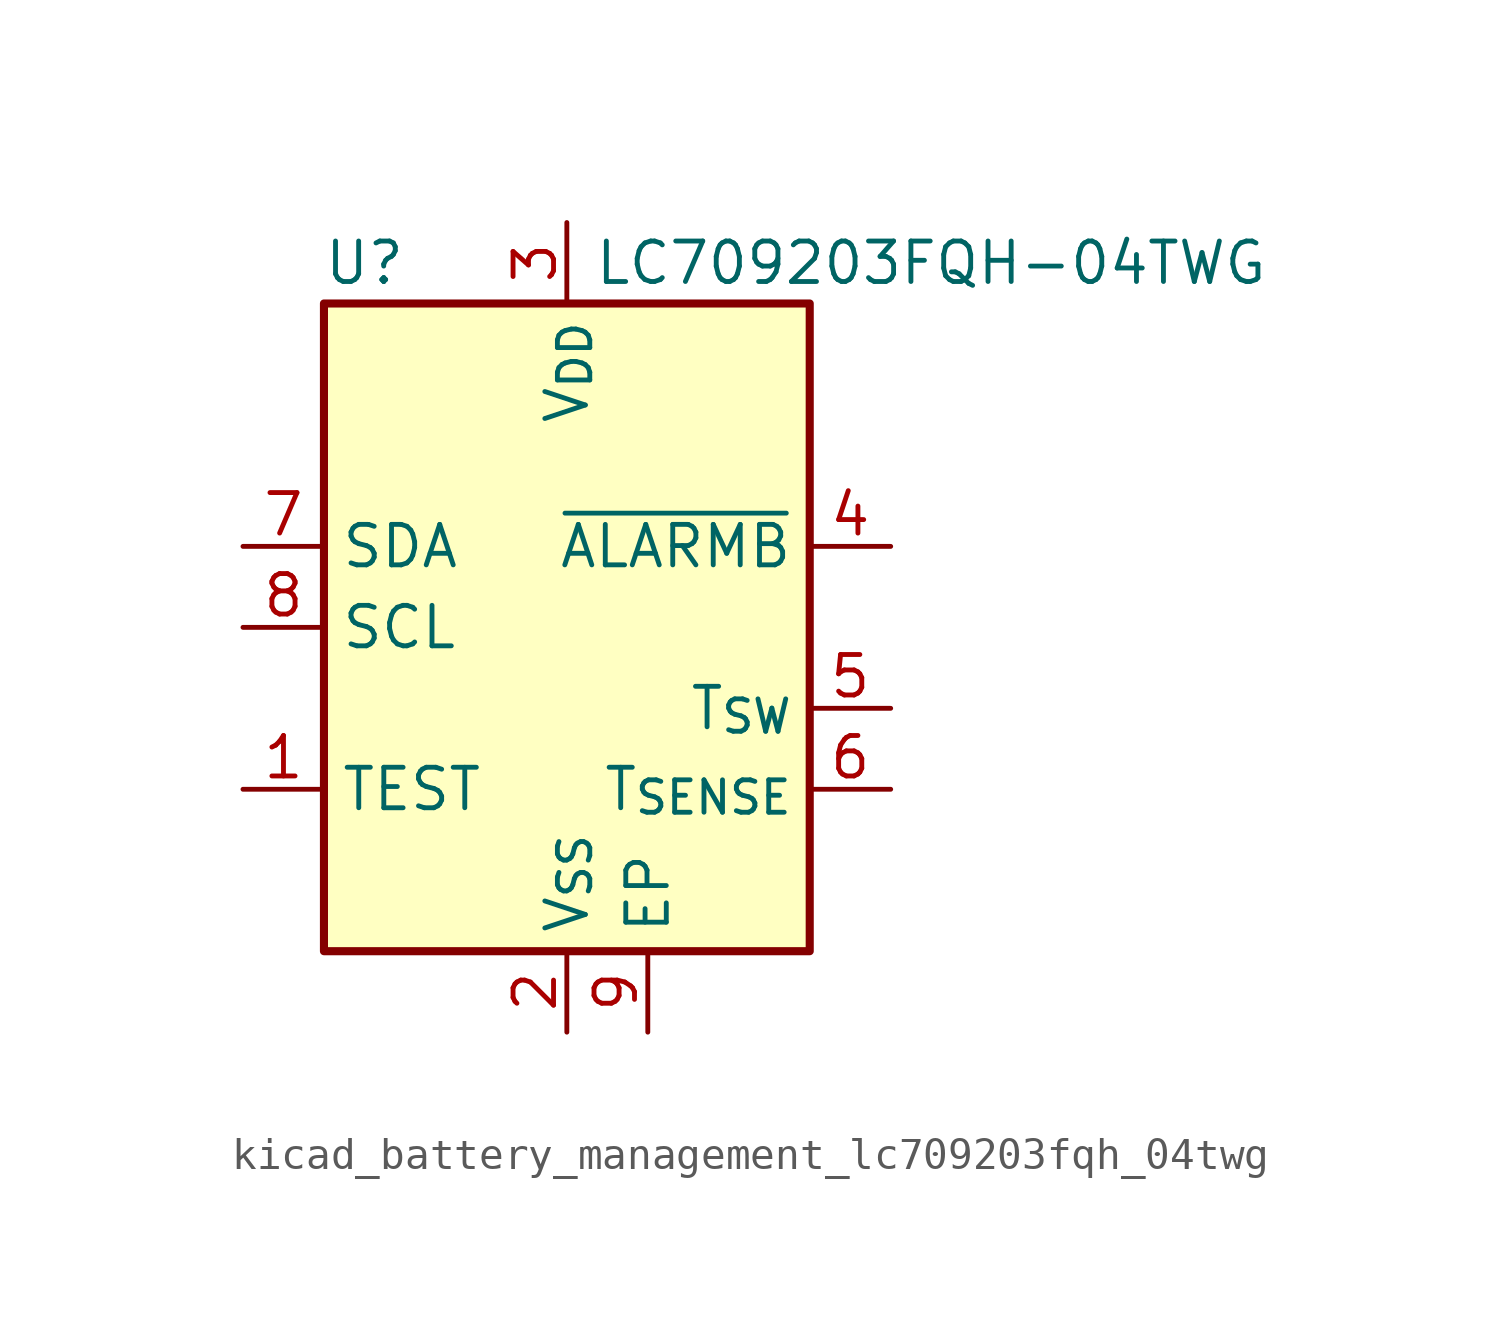
<source format=kicad_sym>
(kicad_symbol_lib
  (version 20220914)
  (generator kicad_symbol_editor)
  (symbol "kicad_battery_management_lc709203fqh_04twg"
    (property "Reference" "U"
      (at -6.35 11.43 0)
      (effects (font (size 1.27 1.27))))
    (property "Value" "LC709203FQH-04TWG"
      (at 11.43 11.43 0)
      (effects (font (size 1.27 1.27))))
    (symbol "kicad_battery_management_lc709203fqh_04twg_0_1"
      (rectangle (start -7.62 10.16) (end 7.62 -10.16) (stroke (width 0.254) (type default)) (fill (type background))))
    (symbol "kicad_battery_management_lc709203fqh_04twg_1_1"
      (pin input line (at -10.16 -5.08 0) (length 2.54) (name "TEST" (effects (font (size 1.27 1.27)))) (number "1" (effects (font (size 1.27 1.27)))))
      (pin power_in line (at 0 -12.7 90) (length 2.54) (name "V_{SS}" (effects (font (size 1.27 1.27)))) (number "2" (effects (font (size 1.27 1.27)))))
      (pin power_in line (at 0 12.7 270) (length 2.54) (name "V_{DD}" (effects (font (size 1.27 1.27)))) (number "3" (effects (font (size 1.27 1.27)))))
      (pin open_collector line (at 10.16 2.54 180) (length 2.54) (name "~{ALARMB}" (effects (font (size 1.27 1.27)))) (number "4" (effects (font (size 1.27 1.27)))))
      (pin output line (at 10.16 -2.54 180) (length 2.54) (name "T_{SW}" (effects (font (size 1.27 1.27)))) (number "5" (effects (font (size 1.27 1.27)))))
      (pin input line (at 10.16 -5.08 180) (length 2.54) (name "T_{SENSE}" (effects (font (size 1.27 1.27)))) (number "6" (effects (font (size 1.27 1.27)))))
      (pin bidirectional line (at -10.16 2.54 0) (length 2.54) (name "SDA" (effects (font (size 1.27 1.27)))) (number "7" (effects (font (size 1.27 1.27)))))
      (pin input line (at -10.16 0 0) (length 2.54) (name "SCL" (effects (font (size 1.27 1.27)))) (number "8" (effects (font (size 1.27 1.27)))))
      (pin passive line (at 2.54 -12.7 90) (length 2.54) (name "EP" (effects (font (size 1.27 1.27)))) (number "9" (effects (font (size 1.27 1.27))))))))
</source>
